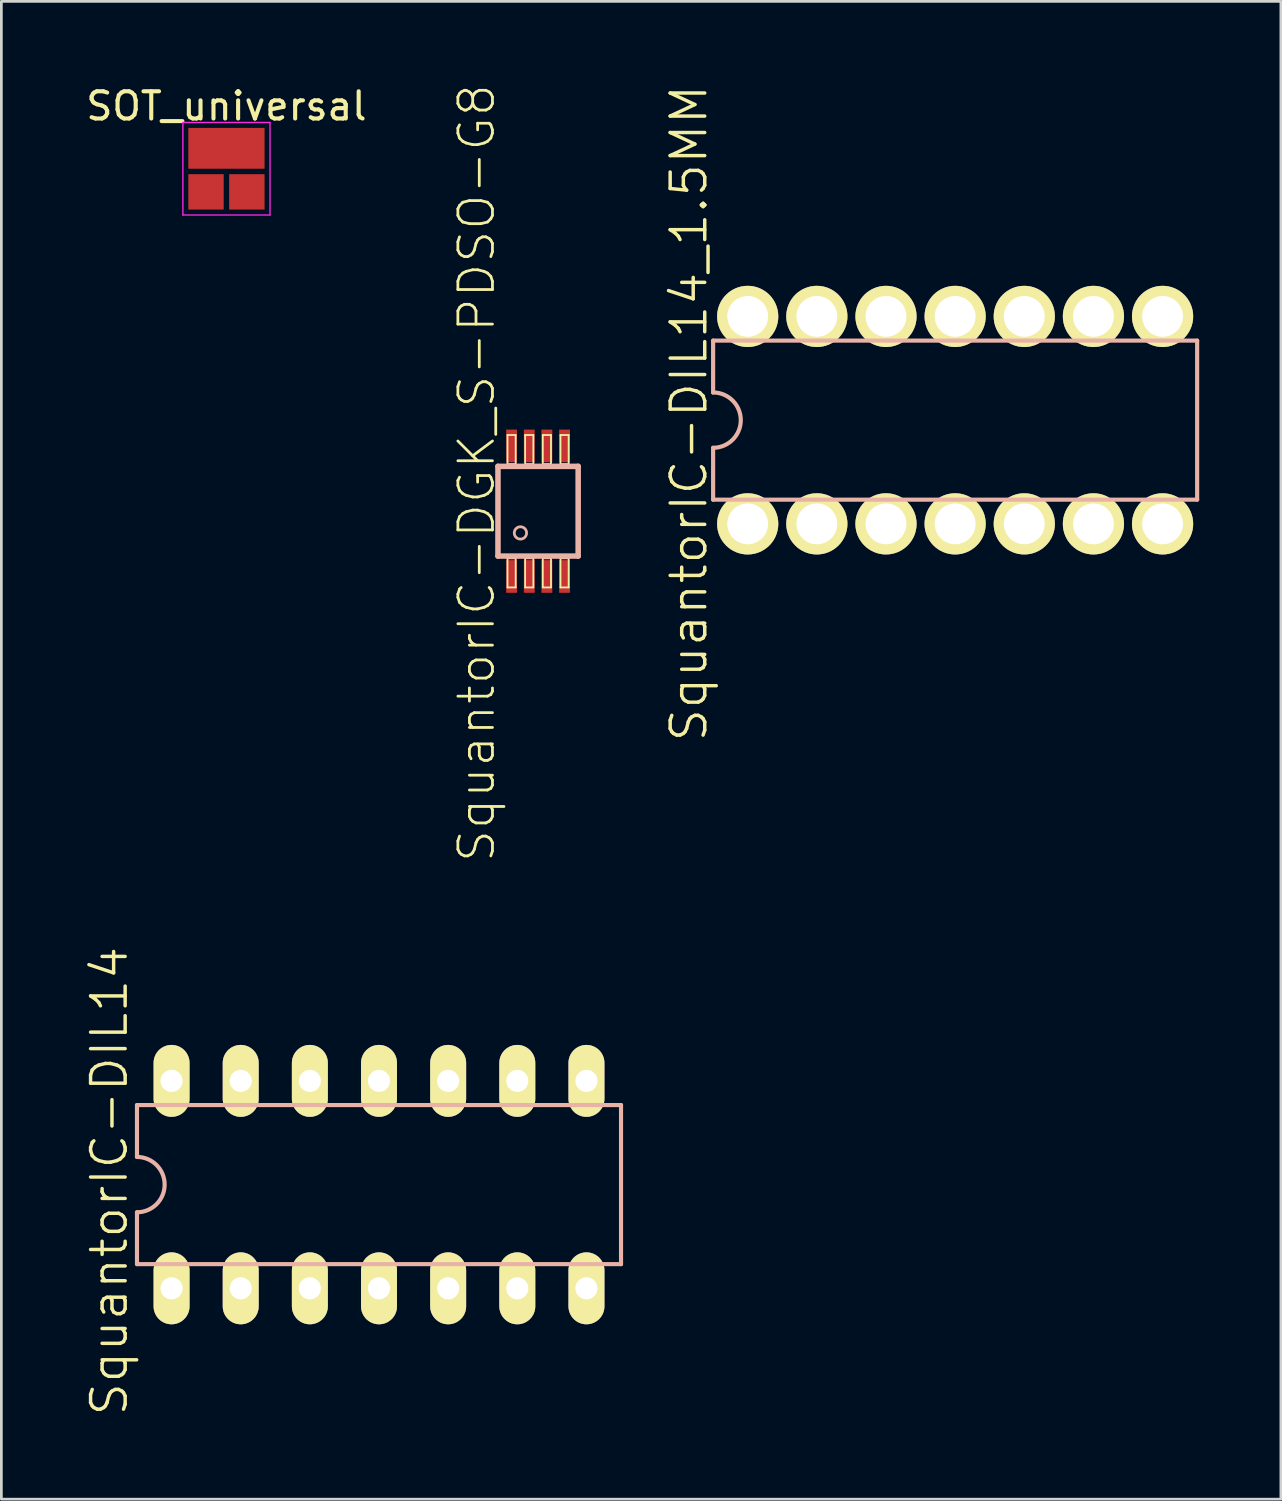
<source format=kicad_pcb>
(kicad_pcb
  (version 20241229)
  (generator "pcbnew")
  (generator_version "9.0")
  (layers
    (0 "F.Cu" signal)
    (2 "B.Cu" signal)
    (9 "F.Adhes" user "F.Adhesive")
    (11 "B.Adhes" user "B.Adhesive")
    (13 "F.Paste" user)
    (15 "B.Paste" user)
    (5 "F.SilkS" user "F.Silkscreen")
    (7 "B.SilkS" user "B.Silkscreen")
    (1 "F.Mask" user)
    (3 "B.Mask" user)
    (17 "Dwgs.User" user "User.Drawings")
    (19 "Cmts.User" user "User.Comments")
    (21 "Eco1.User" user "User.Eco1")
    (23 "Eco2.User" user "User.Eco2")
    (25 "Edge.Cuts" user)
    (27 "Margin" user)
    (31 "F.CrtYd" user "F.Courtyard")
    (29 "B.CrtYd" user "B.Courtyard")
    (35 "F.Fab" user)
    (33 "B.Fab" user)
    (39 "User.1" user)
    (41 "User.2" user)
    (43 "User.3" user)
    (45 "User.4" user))
  (footprint "SOT_universal"
    (layer "F.Cu")
    (at 5.268 3.248)
    (property "Reference" "SOT_universal" (at 0 -2.4 0) (layer "F.SilkS") (effects (font (size 1 1) (thickness 0.15))))
    (attr smd)
    (fp_line (start -1.6 -1.8) (end 1.6 -1.8) (stroke (width 0.05) (type solid)) (layer "F.CrtYd"))
    (fp_line (start -1.6 1.6) (end -1.6 -1.8) (stroke (width 0.05) (type solid)) (layer "F.CrtYd"))
    (fp_line (start -1.6 1.6) (end 1.6 1.6) (stroke (width 0.05) (type solid)) (layer "F.CrtYd"))
    (fp_line (start 1.6 -1.8) (end 1.6 1.6) (stroke (width 0.05) (type solid)) (layer "F.CrtYd"))
    (pad "1" smd rect (at -0.75 0.75) (size 1.3 1.3) (layers "F.Cu" "F.Mask" "F.Paste"))
    (pad "2" smd rect (at 0.75 0.75) (size 1.3 1.3) (layers "F.Cu" "F.Mask" "F.Paste"))
    (pad "3" smd rect (at 0 -0.85) (size 2.8 1.5) (layers "F.Cu" "F.Mask" "F.Paste")))
  (footprint "SquantorIC-DIL14"
    (layer "F.Cu")
    (at 10.872 40.464)
    (property "Reference" "SquantorIC-DIL14" (at -9.906 -0.127 90) (layer "F.SilkS") (effects (font (size 1.27 1.27) (thickness 0.127))))
    (attr exclude_from_pos_files exclude_from_bom)
    (fp_line (start -8.89 -2.921) (end -8.89 -1.016) (stroke (width 0.152) (type solid)) (layer "B.SilkS"))
    (fp_line (start -8.89 2.921) (end -8.89 1.016) (stroke (width 0.152) (type solid)) (layer "B.SilkS"))
    (fp_line (start -8.89 2.921) (end 8.89 2.921) (stroke (width 0.152) (type solid)) (layer "B.SilkS"))
    (fp_line (start 8.89 -2.921) (end -8.89 -2.921) (stroke (width 0.152) (type solid)) (layer "B.SilkS"))
    (fp_line (start 8.89 -2.921) (end 8.89 2.921) (stroke (width 0.152) (type solid)) (layer "B.SilkS"))
    (fp_arc (start -8.89 -1.016) (mid -7.874 0) (end -8.89 1.016) (stroke (width 0.1524) (type solid)) (layer "B.SilkS"))
    (pad "1" thru_hole oval (at -7.62 3.81 180) (size 1.321 2.642) (drill 0.813) (layers "*.Cu" "F.Mask" "F.SilkS" "F.Paste"))
    (pad "2" thru_hole oval (at -5.08 3.81 180) (size 1.321 2.642) (drill 0.813) (layers "*.Cu" "F.Mask" "F.SilkS" "F.Paste"))
    (pad "3" thru_hole oval (at -2.54 3.81 180) (size 1.321 2.642) (drill 0.813) (layers "*.Cu" "F.Mask" "F.SilkS" "F.Paste"))
    (pad "4" thru_hole oval (at 0 3.81 180) (size 1.321 2.642) (drill 0.813) (layers "*.Cu" "F.Mask" "F.SilkS" "F.Paste"))
    (pad "5" thru_hole oval (at 2.54 3.81 180) (size 1.321 2.642) (drill 0.813) (layers "*.Cu" "F.Mask" "F.SilkS" "F.Paste"))
    (pad "6" thru_hole oval (at 5.08 3.81 180) (size 1.321 2.642) (drill 0.813) (layers "*.Cu" "F.Mask" "F.SilkS" "F.Paste"))
    (pad "7" thru_hole oval (at 7.62 3.81 180) (size 1.321 2.642) (drill 0.813) (layers "*.Cu" "F.Mask" "F.SilkS" "F.Paste"))
    (pad "8" thru_hole oval (at 7.62 -3.81 180) (size 1.321 2.642) (drill 0.813) (layers "*.Cu" "F.Mask" "F.SilkS" "F.Paste"))
    (pad "9" thru_hole oval (at 5.08 -3.81 180) (size 1.321 2.642) (drill 0.813) (layers "*.Cu" "F.Mask" "F.SilkS" "F.Paste"))
    (pad "10" thru_hole oval (at 2.54 -3.81 180) (size 1.321 2.642) (drill 0.813) (layers "*.Cu" "F.Mask" "F.SilkS" "F.Paste"))
    (pad "11" thru_hole oval (at 0 -3.81 180) (size 1.321 2.642) (drill 0.813) (layers "*.Cu" "F.Mask" "F.SilkS" "F.Paste"))
    (pad "12" thru_hole oval (at -2.54 -3.81 180) (size 1.321 2.642) (drill 0.813) (layers "*.Cu" "F.Mask" "F.SilkS" "F.Paste"))
    (pad "13" thru_hole oval (at -5.08 -3.81 180) (size 1.321 2.642) (drill 0.813) (layers "*.Cu" "F.Mask" "F.SilkS" "F.Paste"))
    (pad "14" thru_hole oval (at -7.62 -3.81 180) (size 1.321 2.642) (drill 0.813) (layers "*.Cu" "F.Mask" "F.SilkS" "F.Paste")))
  (footprint "SquantorIC-DGK_S-PDSO-G8"
    (layer "F.Cu")
    (at 16.715 15.728)
    (property "Reference" "SquantorIC-DGK_S-PDSO-G8" (at -2.258 -1.4 90) (layer "F.SilkS") (effects (font (size 1.27 1.27) (thickness 0.102))))
    (attr smd)
    (fp_line (start -1.123 -2.799) (end -0.823 -2.799) (stroke (width 0.066) (type solid)) (layer "F.SilkS"))
    (fp_line (start -1.123 -1.73) (end -1.123 -2.799) (stroke (width 0.066) (type solid)) (layer "F.SilkS"))
    (fp_line (start -1.123 -1.73) (end -0.823 -1.73) (stroke (width 0.066) (type solid)) (layer "F.SilkS"))
    (fp_line (start -1.123 1.73) (end -0.823 1.73) (stroke (width 0.066) (type solid)) (layer "F.SilkS"))
    (fp_line (start -1.123 2.799) (end -1.123 1.73) (stroke (width 0.066) (type solid)) (layer "F.SilkS"))
    (fp_line (start -1.123 2.799) (end -0.823 2.799) (stroke (width 0.066) (type solid)) (layer "F.SilkS"))
    (fp_line (start -0.823 -1.73) (end -0.823 -2.799) (stroke (width 0.066) (type solid)) (layer "F.SilkS"))
    (fp_line (start -0.823 2.799) (end -0.823 1.73) (stroke (width 0.066) (type solid)) (layer "F.SilkS"))
    (fp_line (start -0.475 -2.799) (end -0.173 -2.799) (stroke (width 0.066) (type solid)) (layer "F.SilkS"))
    (fp_line (start -0.475 -1.73) (end -0.475 -2.799) (stroke (width 0.066) (type solid)) (layer "F.SilkS"))
    (fp_line (start -0.475 -1.73) (end -0.173 -1.73) (stroke (width 0.066) (type solid)) (layer "F.SilkS"))
    (fp_line (start -0.475 1.73) (end -0.173 1.73) (stroke (width 0.066) (type solid)) (layer "F.SilkS"))
    (fp_line (start -0.475 2.799) (end -0.475 1.73) (stroke (width 0.066) (type solid)) (layer "F.SilkS"))
    (fp_line (start -0.475 2.799) (end -0.173 2.799) (stroke (width 0.066) (type solid)) (layer "F.SilkS"))
    (fp_line (start -0.173 -1.73) (end -0.173 -2.799) (stroke (width 0.066) (type solid)) (layer "F.SilkS"))
    (fp_line (start -0.173 2.799) (end -0.173 1.73) (stroke (width 0.066) (type solid)) (layer "F.SilkS"))
    (fp_line (start 0.173 -2.799) (end 0.475 -2.799) (stroke (width 0.066) (type solid)) (layer "F.SilkS"))
    (fp_line (start 0.173 -1.73) (end 0.173 -2.799) (stroke (width 0.066) (type solid)) (layer "F.SilkS"))
    (fp_line (start 0.173 -1.73) (end 0.475 -1.73) (stroke (width 0.066) (type solid)) (layer "F.SilkS"))
    (fp_line (start 0.173 1.73) (end 0.475 1.73) (stroke (width 0.066) (type solid)) (layer "F.SilkS"))
    (fp_line (start 0.173 2.799) (end 0.173 1.73) (stroke (width 0.066) (type solid)) (layer "F.SilkS"))
    (fp_line (start 0.173 2.799) (end 0.475 2.799) (stroke (width 0.066) (type solid)) (layer "F.SilkS"))
    (fp_line (start 0.475 -1.73) (end 0.475 -2.799) (stroke (width 0.066) (type solid)) (layer "F.SilkS"))
    (fp_line (start 0.475 2.799) (end 0.475 1.73) (stroke (width 0.066) (type solid)) (layer "F.SilkS"))
    (fp_line (start 0.823 -2.799) (end 1.123 -2.799) (stroke (width 0.066) (type solid)) (layer "F.SilkS"))
    (fp_line (start 0.823 -1.73) (end 0.823 -2.799) (stroke (width 0.066) (type solid)) (layer "F.SilkS"))
    (fp_line (start 0.823 -1.73) (end 1.123 -1.73) (stroke (width 0.066) (type solid)) (layer "F.SilkS"))
    (fp_line (start 0.823 1.73) (end 1.123 1.73) (stroke (width 0.066) (type solid)) (layer "F.SilkS"))
    (fp_line (start 0.823 2.799) (end 0.823 1.73) (stroke (width 0.066) (type solid)) (layer "F.SilkS"))
    (fp_line (start 0.823 2.799) (end 1.123 2.799) (stroke (width 0.066) (type solid)) (layer "F.SilkS"))
    (fp_line (start 1.123 -1.73) (end 1.123 -2.799) (stroke (width 0.066) (type solid)) (layer "F.SilkS"))
    (fp_line (start 1.123 2.799) (end 1.123 1.73) (stroke (width 0.066) (type solid)) (layer "F.SilkS"))
    (fp_line (start -1.473 -1.648) (end 1.473 -1.648) (stroke (width 0.203) (type solid)) (layer "B.SilkS"))
    (fp_line (start -1.473 1.648) (end -1.473 -1.648) (stroke (width 0.203) (type solid)) (layer "B.SilkS"))
    (fp_line (start 1.473 -1.648) (end 1.473 1.648) (stroke (width 0.203) (type solid)) (layer "B.SilkS"))
    (fp_line (start 1.473 1.648) (end -1.473 1.648) (stroke (width 0.203) (type solid)) (layer "B.SilkS"))
    (fp_circle (center -0.648 0.798) (end -0.808 0.958) (stroke (width 0.102) (type solid)) (fill no) (layer "B.SilkS"))
    (pad "1" smd rect (at -0.973 2.398) (size 0.399 1.199) (layers "F.Cu" "F.Mask" "F.Paste"))
    (pad "2" smd rect (at -0.323 2.398) (size 0.399 1.199) (layers "F.Cu" "F.Mask" "F.Paste"))
    (pad "3" smd rect (at 0.323 2.398) (size 0.399 1.199) (layers "F.Cu" "F.Mask" "F.Paste"))
    (pad "4" smd rect (at 0.973 2.398) (size 0.399 1.199) (layers "F.Cu" "F.Mask" "F.Paste"))
    (pad "5" smd rect (at 0.973 -2.398 180) (size 0.399 1.199) (layers "F.Cu" "F.Mask" "F.Paste"))
    (pad "6" smd rect (at 0.323 -2.398 180) (size 0.399 1.199) (layers "F.Cu" "F.Mask" "F.Paste"))
    (pad "7" smd rect (at -0.323 -2.398 180) (size 0.399 1.199) (layers "F.Cu" "F.Mask" "F.Paste"))
    (pad "8" smd rect (at -0.973 -2.398 180) (size 0.399 1.199) (layers "F.Cu" "F.Mask" "F.Paste")))
  (footprint "SquantorIC-DIL14_1.5MM"
    (layer "F.Cu")
    (at 32.035 12.383)
    (property "Reference" "SquantorIC-DIL14_1.5MM" (at -9.779 -0.254 90) (layer "F.SilkS") (effects (font (size 1.27 1.27) (thickness 0.127))))
    (attr exclude_from_pos_files exclude_from_bom)
    (fp_line (start -8.89 -2.921) (end -8.89 -1.016) (stroke (width 0.152) (type solid)) (layer "B.SilkS"))
    (fp_line (start -8.89 2.921) (end -8.89 1.016) (stroke (width 0.152) (type solid)) (layer "B.SilkS"))
    (fp_line (start -8.89 2.921) (end 8.89 2.921) (stroke (width 0.152) (type solid)) (layer "B.SilkS"))
    (fp_line (start 8.89 -2.921) (end -8.89 -2.921) (stroke (width 0.152) (type solid)) (layer "B.SilkS"))
    (fp_line (start 8.89 -2.921) (end 8.89 2.921) (stroke (width 0.152) (type solid)) (layer "B.SilkS"))
    (fp_arc (start -8.89 -1.016) (mid -7.874 0) (end -8.89 1.016) (stroke (width 0.1524) (type solid)) (layer "B.SilkS"))
    (pad "1" thru_hole circle (at -7.62 3.81) (size 2.248 2.248) (drill 1.499) (layers "*.Cu" "F.Mask" "F.SilkS" "F.Paste"))
    (pad "2" thru_hole circle (at -5.08 3.81) (size 2.248 2.248) (drill 1.499) (layers "*.Cu" "F.Mask" "F.SilkS" "F.Paste"))
    (pad "3" thru_hole circle (at -2.54 3.81) (size 2.248 2.248) (drill 1.499) (layers "*.Cu" "F.Mask" "F.SilkS" "F.Paste"))
    (pad "4" thru_hole circle (at 0 3.81) (size 2.248 2.248) (drill 1.499) (layers "*.Cu" "F.Mask" "F.SilkS" "F.Paste"))
    (pad "5" thru_hole circle (at 2.54 3.81) (size 2.248 2.248) (drill 1.499) (layers "*.Cu" "F.Mask" "F.SilkS" "F.Paste"))
    (pad "6" thru_hole circle (at 5.08 3.81) (size 2.248 2.248) (drill 1.499) (layers "*.Cu" "F.Mask" "F.SilkS" "F.Paste"))
    (pad "7" thru_hole circle (at 7.62 3.81) (size 2.248 2.248) (drill 1.499) (layers "*.Cu" "F.Mask" "F.SilkS" "F.Paste"))
    (pad "8" thru_hole circle (at 7.62 -3.81) (size 2.248 2.248) (drill 1.499) (layers "*.Cu" "F.Mask" "F.SilkS" "F.Paste"))
    (pad "9" thru_hole circle (at 5.08 -3.81) (size 2.248 2.248) (drill 1.499) (layers "*.Cu" "F.Mask" "F.SilkS" "F.Paste"))
    (pad "10" thru_hole circle (at 2.54 -3.81) (size 2.248 2.248) (drill 1.499) (layers "*.Cu" "F.Mask" "F.SilkS" "F.Paste"))
    (pad "11" thru_hole circle (at 0 -3.81) (size 2.248 2.248) (drill 1.499) (layers "*.Cu" "F.Mask" "F.SilkS" "F.Paste"))
    (pad "12" thru_hole circle (at -2.54 -3.81) (size 2.248 2.248) (drill 1.499) (layers "*.Cu" "F.Mask" "F.SilkS" "F.Paste"))
    (pad "13" thru_hole circle (at -5.08 -3.81) (size 2.248 2.248) (drill 1.499) (layers "*.Cu" "F.Mask" "F.SilkS" "F.Paste"))
    (pad "14" thru_hole circle (at -7.62 -3.81) (size 2.248 2.248) (drill 1.499) (layers "*.Cu" "F.Mask" "F.SilkS" "F.Paste")))
  (gr_rect
    (start -3 -3)
    (end 44.001 52.019)
    (stroke (width 0.1) (type default))
    (fill no)
    (layer "Edge.Cuts")))
</source>
